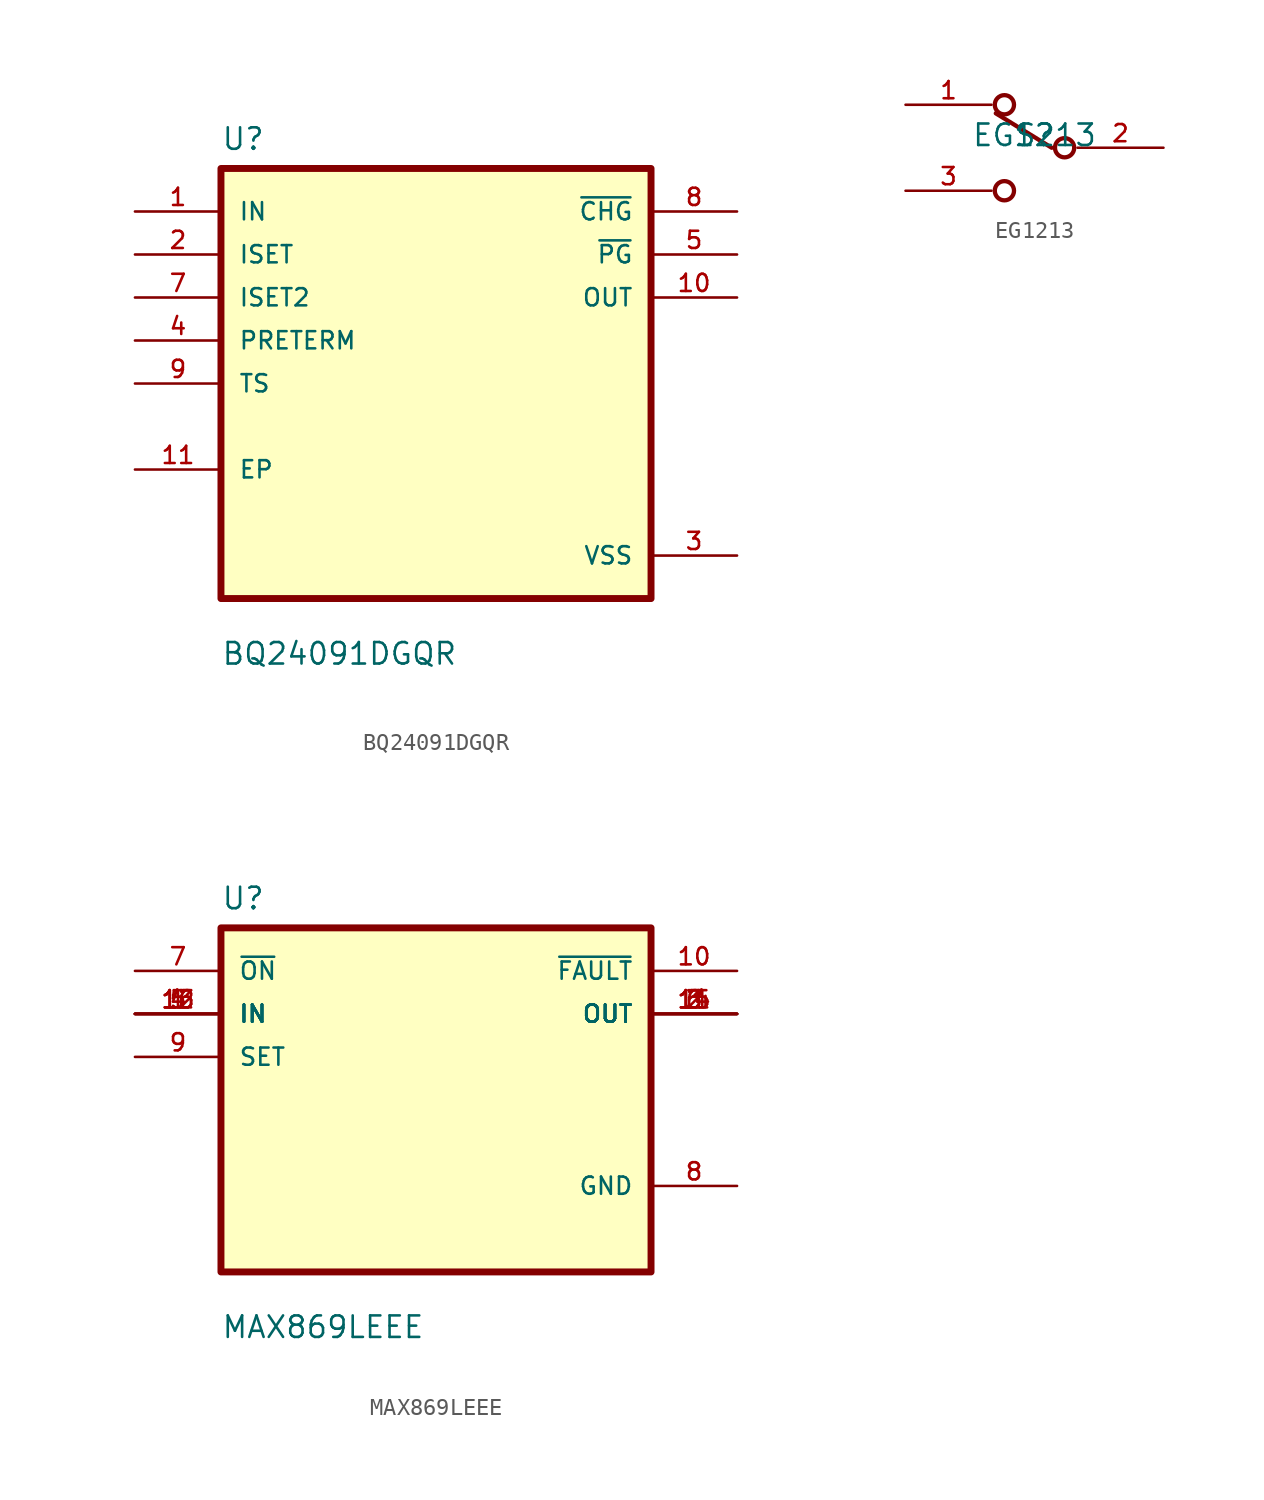
<source format=kicad_sym>
(kicad_symbol_lib
  (version 20241209)
  (generator "kicad_symbol_editor")
  (generator_version "9.0")
  (symbol "BQ24091DGQR"
    (pin_names
      (offset 1.016))
    (property "Reference" "U"
      (at -12.7 13.7 0)
      (effects (font (size 1.27 1.27)) (justify left bottom)))
    (property "Value" "BQ24091DGQR"
      (at -12.7 -16.7 0)
      (effects (font (size 1.27 1.27)) (justify left bottom)))
    (symbol "BQ24091DGQR_0_0"
      (rectangle (start -12.7 -12.7) (end 12.7 12.7) (stroke (width 0.41) (type default)) (fill (type background)))
      (pin input line (at -17.78 10.16 0) (length 5.08) (name "IN" (effects (font (size 1.016 1.016)))) (number "1" (effects (font (size 1.016 1.016)))))
      (pin input line (at -17.78 7.62 0) (length 5.08) (name "ISET" (effects (font (size 1.016 1.016)))) (number "2" (effects (font (size 1.016 1.016)))))
      (pin input line (at -17.78 5.08 0) (length 5.08) (name "ISET2" (effects (font (size 1.016 1.016)))) (number "7" (effects (font (size 1.016 1.016)))))
      (pin input line (at -17.78 2.54 0) (length 5.08) (name "PRETERM" (effects (font (size 1.016 1.016)))) (number "4" (effects (font (size 1.016 1.016)))))
      (pin input line (at -17.78 0 0) (length 5.08) (name "TS" (effects (font (size 1.016 1.016)))) (number "9" (effects (font (size 1.016 1.016)))))
      (pin bidirectional line (at -17.78 -5.08 0) (length 5.08) (name "EP" (effects (font (size 1.016 1.016)))) (number "11" (effects (font (size 1.016 1.016)))))
      (pin output line (at 17.78 10.16 180) (length 5.08) (name "~{CHG}" (effects (font (size 1.016 1.016)))) (number "8" (effects (font (size 1.016 1.016)))))
      (pin output line (at 17.78 7.62 180) (length 5.08) (name "~{PG}" (effects (font (size 1.016 1.016)))) (number "5" (effects (font (size 1.016 1.016)))))
      (pin output line (at 17.78 5.08 180) (length 5.08) (name "OUT" (effects (font (size 1.016 1.016)))) (number "10" (effects (font (size 1.016 1.016)))))
      (pin power_in line (at 17.78 -10.16 180) (length 5.08) (name "VSS" (effects (font (size 1.016 1.016)))) (number "3" (effects (font (size 1.016 1.016)))))))
  (symbol "EG1213"
    (pin_names
      (offset 1.016))
    (property "Reference" "S"
      (at 0 0 0)
      (effects (font (size 1.27 1.27)) (justify bottom)))
    (property "Value" "EG1213"
      (at 0 0 0)
      (effects (font (size 1.27 1.27)) (justify bottom)))
    (symbol "EG1213_0_0"
      (circle (center -1.778 2.54) (radius 0.568) (stroke (width 0.254) (type default)) (fill (type none)))
      (circle (center -1.778 -2.54) (radius 0.568) (stroke (width 0.254) (type default)) (fill (type none)))
      (polyline (pts (xy 1.016 0) (xy -2.286 2.032)) (stroke (width 0.254) (type default)) (fill (type none)))
      (circle (center 1.778 0) (radius 0.568) (stroke (width 0.254) (type default)) (fill (type none)))
      (pin passive line (at -7.62 2.54 0) (length 5.08) (name "~" (effects (font (size 1.016 1.016)))) (number "1" (effects (font (size 1.016 1.016)))))
      (pin passive line (at -7.62 -2.54 0) (length 5.08) (name "~" (effects (font (size 1.016 1.016)))) (number "3" (effects (font (size 1.016 1.016)))))
      (pin passive line (at 7.62 0 180) (length 5.08) (name "~" (effects (font (size 1.016 1.016)))) (number "2" (effects (font (size 1.016 1.016)))))))
  (symbol "MAX869LEEE"
    (pin_names
      (offset 1.016))
    (property "Reference" "U"
      (at -12.7 11.16 0)
      (effects (font (size 1.27 1.27)) (justify left bottom)))
    (property "Value" "MAX869LEEE"
      (at -12.7 -14.16 0)
      (effects (font (size 1.27 1.27)) (justify left bottom)))
    (symbol "MAX869LEEE_0_0"
      (rectangle (start -12.7 -10.16) (end 12.7 10.16) (stroke (width 0.41) (type default)) (fill (type background)))
      (pin input line (at -17.78 7.62 0) (length 5.08) (name "~{ON}" (effects (font (size 1.016 1.016)))) (number "7" (effects (font (size 1.016 1.016)))))
      (pin input line (at -17.78 5.08 0) (length 5.08) (name "IN" (effects (font (size 1.016 1.016)))) (number "1" (effects (font (size 1.016 1.016)))))
      (pin input line (at -17.78 5.08 0) (length 5.08) (name "IN" (effects (font (size 1.016 1.016)))) (number "12" (effects (font (size 1.016 1.016)))))
      (pin input line (at -17.78 5.08 0) (length 5.08) (name "IN" (effects (font (size 1.016 1.016)))) (number "13" (effects (font (size 1.016 1.016)))))
      (pin input line (at -17.78 5.08 0) (length 5.08) (name "IN" (effects (font (size 1.016 1.016)))) (number "16" (effects (font (size 1.016 1.016)))))
      (pin input line (at -17.78 5.08 0) (length 5.08) (name "IN" (effects (font (size 1.016 1.016)))) (number "4" (effects (font (size 1.016 1.016)))))
      (pin input line (at -17.78 5.08 0) (length 5.08) (name "IN" (effects (font (size 1.016 1.016)))) (number "5" (effects (font (size 1.016 1.016)))))
      (pin input line (at -17.78 2.54 0) (length 5.08) (name "SET" (effects (font (size 1.016 1.016)))) (number "9" (effects (font (size 1.016 1.016)))))
      (pin output line (at 17.78 7.62 180) (length 5.08) (name "~{FAULT}" (effects (font (size 1.016 1.016)))) (number "10" (effects (font (size 1.016 1.016)))))
      (pin output line (at 17.78 5.08 180) (length 5.08) (name "OUT" (effects (font (size 1.016 1.016)))) (number "11" (effects (font (size 1.016 1.016)))))
      (pin output line (at 17.78 5.08 180) (length 5.08) (name "OUT" (effects (font (size 1.016 1.016)))) (number "14" (effects (font (size 1.016 1.016)))))
      (pin output line (at 17.78 5.08 180) (length 5.08) (name "OUT" (effects (font (size 1.016 1.016)))) (number "15" (effects (font (size 1.016 1.016)))))
      (pin output line (at 17.78 5.08 180) (length 5.08) (name "OUT" (effects (font (size 1.016 1.016)))) (number "2" (effects (font (size 1.016 1.016)))))
      (pin output line (at 17.78 5.08 180) (length 5.08) (name "OUT" (effects (font (size 1.016 1.016)))) (number "3" (effects (font (size 1.016 1.016)))))
      (pin output line (at 17.78 5.08 180) (length 5.08) (name "OUT" (effects (font (size 1.016 1.016)))) (number "6" (effects (font (size 1.016 1.016)))))
      (pin power_in line (at 17.78 -5.08 180) (length 5.08) (name "GND" (effects (font (size 1.016 1.016)))) (number "8" (effects (font (size 1.016 1.016))))))))
</source>
